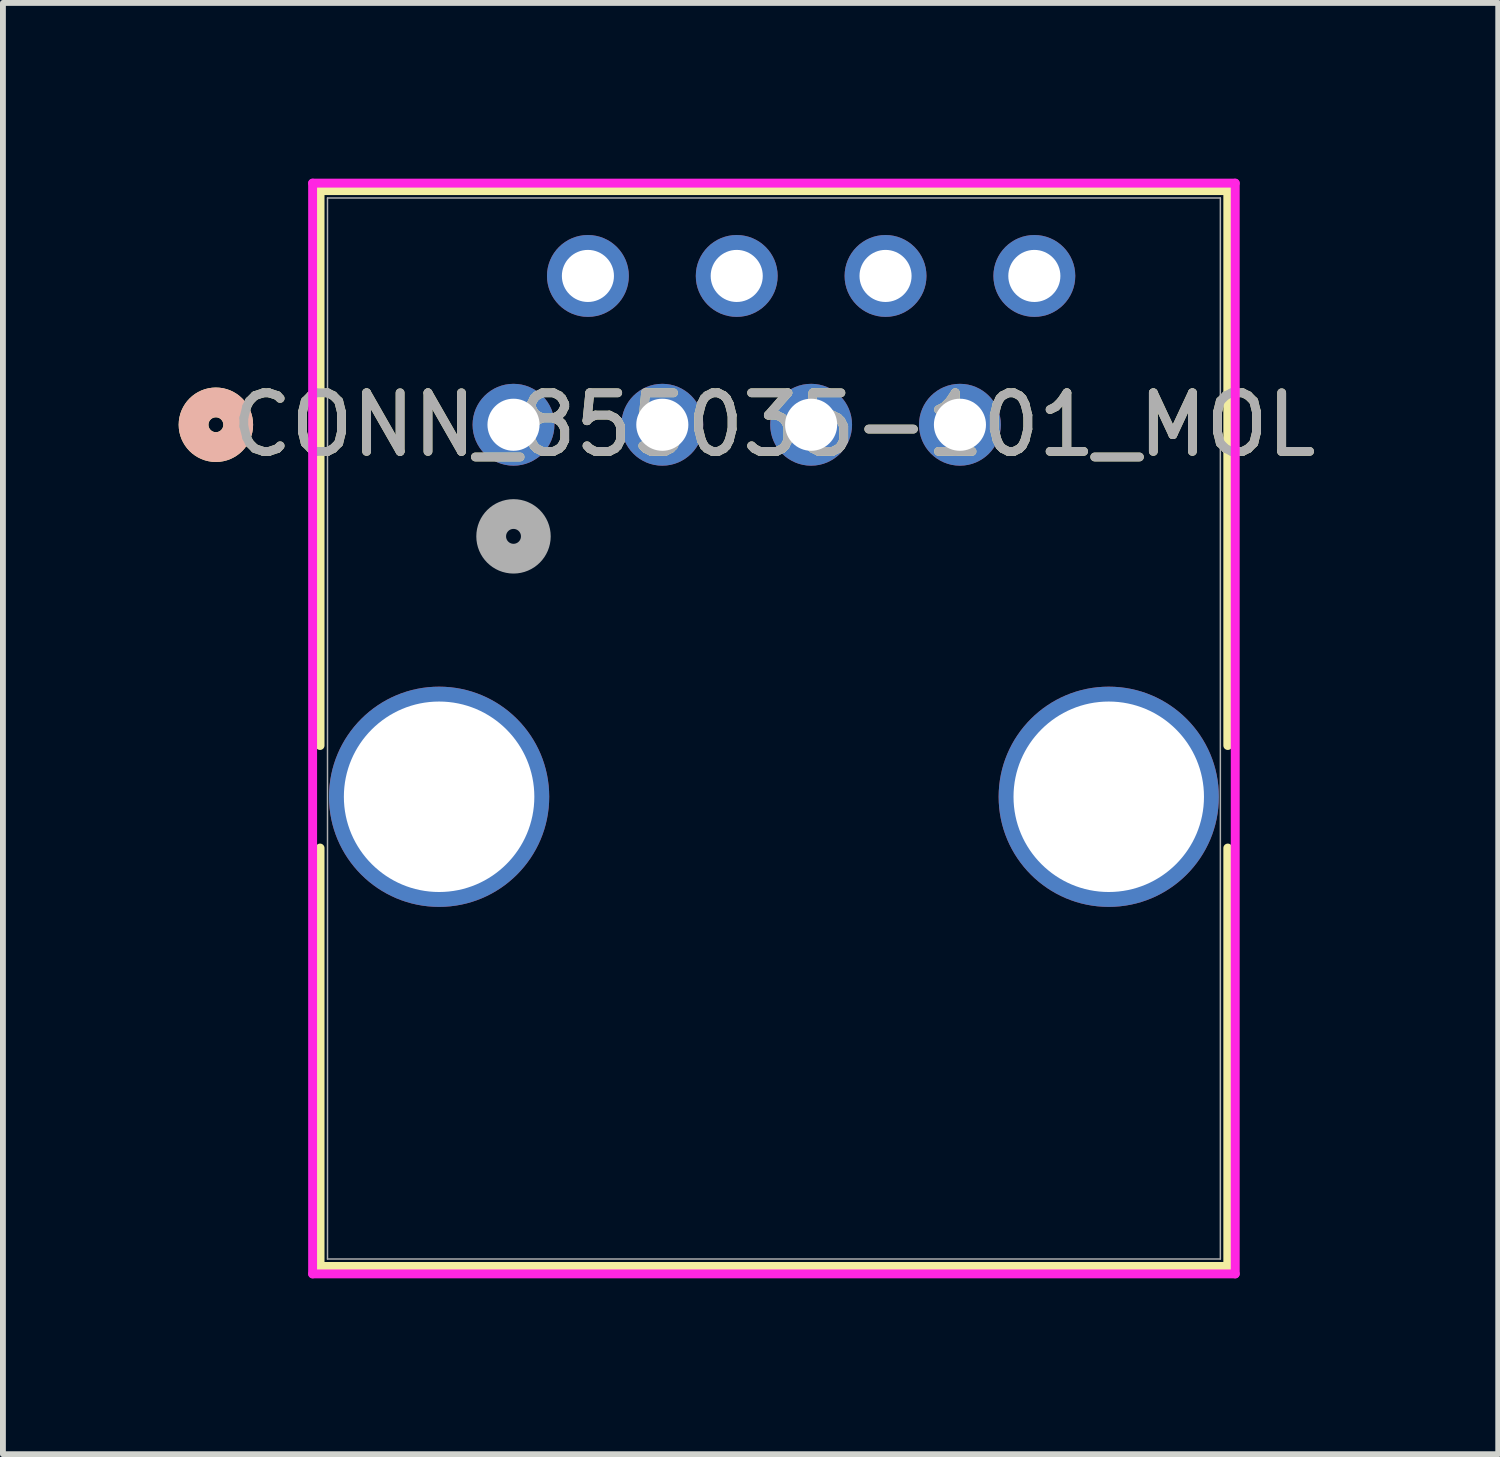
<source format=kicad_pcb>
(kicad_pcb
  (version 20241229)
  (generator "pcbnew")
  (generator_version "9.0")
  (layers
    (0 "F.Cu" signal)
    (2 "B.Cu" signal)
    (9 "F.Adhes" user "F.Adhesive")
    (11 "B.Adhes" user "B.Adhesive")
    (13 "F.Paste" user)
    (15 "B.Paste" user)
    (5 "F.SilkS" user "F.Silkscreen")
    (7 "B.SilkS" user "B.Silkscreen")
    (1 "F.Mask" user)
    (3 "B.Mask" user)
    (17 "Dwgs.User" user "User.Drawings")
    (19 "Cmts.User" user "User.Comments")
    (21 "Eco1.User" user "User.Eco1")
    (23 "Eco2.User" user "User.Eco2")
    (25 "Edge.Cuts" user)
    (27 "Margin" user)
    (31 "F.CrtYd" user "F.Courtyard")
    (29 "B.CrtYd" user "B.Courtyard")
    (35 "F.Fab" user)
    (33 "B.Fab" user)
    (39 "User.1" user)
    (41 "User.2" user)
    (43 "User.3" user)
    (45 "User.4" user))
  (footprint "CONN_855035-101_MOL"
    (layer "F.Cu")
    (at 5.715 4.2)
    (property "Reference" "CONN_855035-101_MOL" (at 4.445 0 0) (unlocked yes) (layer "F.SilkS") (effects (font (size 1 1) (thickness 0.15))))
    (attr through_hole)
    (fp_line (start -3.302 -3.997) (end -3.302 5.475) (stroke (width 0.152) (type solid)) (layer "F.SilkS"))
    (fp_line (start -3.302 7.225) (end -3.302 14.367) (stroke (width 0.152) (type solid)) (layer "F.SilkS"))
    (fp_line (start -3.302 14.367) (end 12.192 14.367) (stroke (width 0.152) (type solid)) (layer "F.SilkS"))
    (fp_line (start 12.192 -3.997) (end -3.302 -3.997) (stroke (width 0.152) (type solid)) (layer "F.SilkS"))
    (fp_line (start 12.192 5.475) (end 12.192 -3.997) (stroke (width 0.152) (type solid)) (layer "F.SilkS"))
    (fp_line (start 12.192 14.367) (end 12.192 7.225) (stroke (width 0.152) (type solid)) (layer "F.SilkS"))
    (fp_circle (center -5.08 0) (end -4.699 0) (stroke (width 0.508) (type solid)) (fill no) (layer "F.SilkS"))
    (fp_circle (center -5.08 0) (end -4.699 0) (stroke (width 0.508) (type solid)) (fill no) (layer "B.SilkS"))
    (fp_line (start -3.429 -4.124) (end -3.429 14.494) (stroke (width 0.152) (type solid)) (layer "F.CrtYd"))
    (fp_line (start -3.429 14.494) (end 12.319 14.494) (stroke (width 0.152) (type solid)) (layer "F.CrtYd"))
    (fp_line (start 12.319 -4.124) (end -3.429 -4.124) (stroke (width 0.152) (type solid)) (layer "F.CrtYd"))
    (fp_line (start 12.319 14.494) (end 12.319 -4.124) (stroke (width 0.152) (type solid)) (layer "F.CrtYd"))
    (fp_line (start -3.175 -3.87) (end -3.175 14.24) (stroke (width 0.025) (type solid)) (layer "F.Fab"))
    (fp_line (start -3.175 14.24) (end 12.065 14.24) (stroke (width 0.025) (type solid)) (layer "F.Fab"))
    (fp_line (start 12.065 -3.87) (end -3.175 -3.87) (stroke (width 0.025) (type solid)) (layer "F.Fab"))
    (fp_line (start 12.065 14.24) (end 12.065 -3.87) (stroke (width 0.025) (type solid)) (layer "F.Fab"))
    (fp_circle (center 0 1.905) (end 0.381 1.905) (stroke (width 0.508) (type solid)) (fill no) (layer "F.Fab"))
    (fp_text user "${REFERENCE}" (at 4.445 0 0) (unlocked yes) (layer "F.Fab") (effects (font (size 1 1) (thickness 0.15))))
    (pad "1" thru_hole circle (at 0 0) (size 1.397 1.397) (drill 0.889) (layers "*.Cu" "*.Mask"))
    (pad "2" thru_hole circle (at 1.27 -2.54) (size 1.397 1.397) (drill 0.889) (layers "*.Cu" "*.Mask"))
    (pad "3" thru_hole circle (at 2.54 0) (size 1.397 1.397) (drill 0.889) (layers "*.Cu" "*.Mask"))
    (pad "4" thru_hole circle (at 3.81 -2.54) (size 1.397 1.397) (drill 0.889) (layers "*.Cu" "*.Mask"))
    (pad "5" thru_hole circle (at 5.08 0) (size 1.397 1.397) (drill 0.889) (layers "*.Cu" "*.Mask"))
    (pad "6" thru_hole circle (at 6.35 -2.54) (size 1.397 1.397) (drill 0.889) (layers "*.Cu" "*.Mask"))
    (pad "7" thru_hole circle (at 7.62 0) (size 1.397 1.397) (drill 0.889) (layers "*.Cu" "*.Mask"))
    (pad "8" thru_hole circle (at 8.89 -2.54) (size 1.397 1.397) (drill 0.889) (layers "*.Cu" "*.Mask"))
    (pad "9" thru_hole circle (at -1.27 6.35) (size 3.759 3.759) (drill 3.251) (layers "*.Cu" "*.Mask"))
    (pad "10" thru_hole circle (at 10.16 6.35) (size 3.759 3.759) (drill 3.251) (layers "*.Cu" "*.Mask")))
  (gr_rect
    (start -3 -3)
    (end 22.523 21.771)
    (stroke (width 0.1) (type default))
    (fill no)
    (layer "Edge.Cuts")))
</source>
